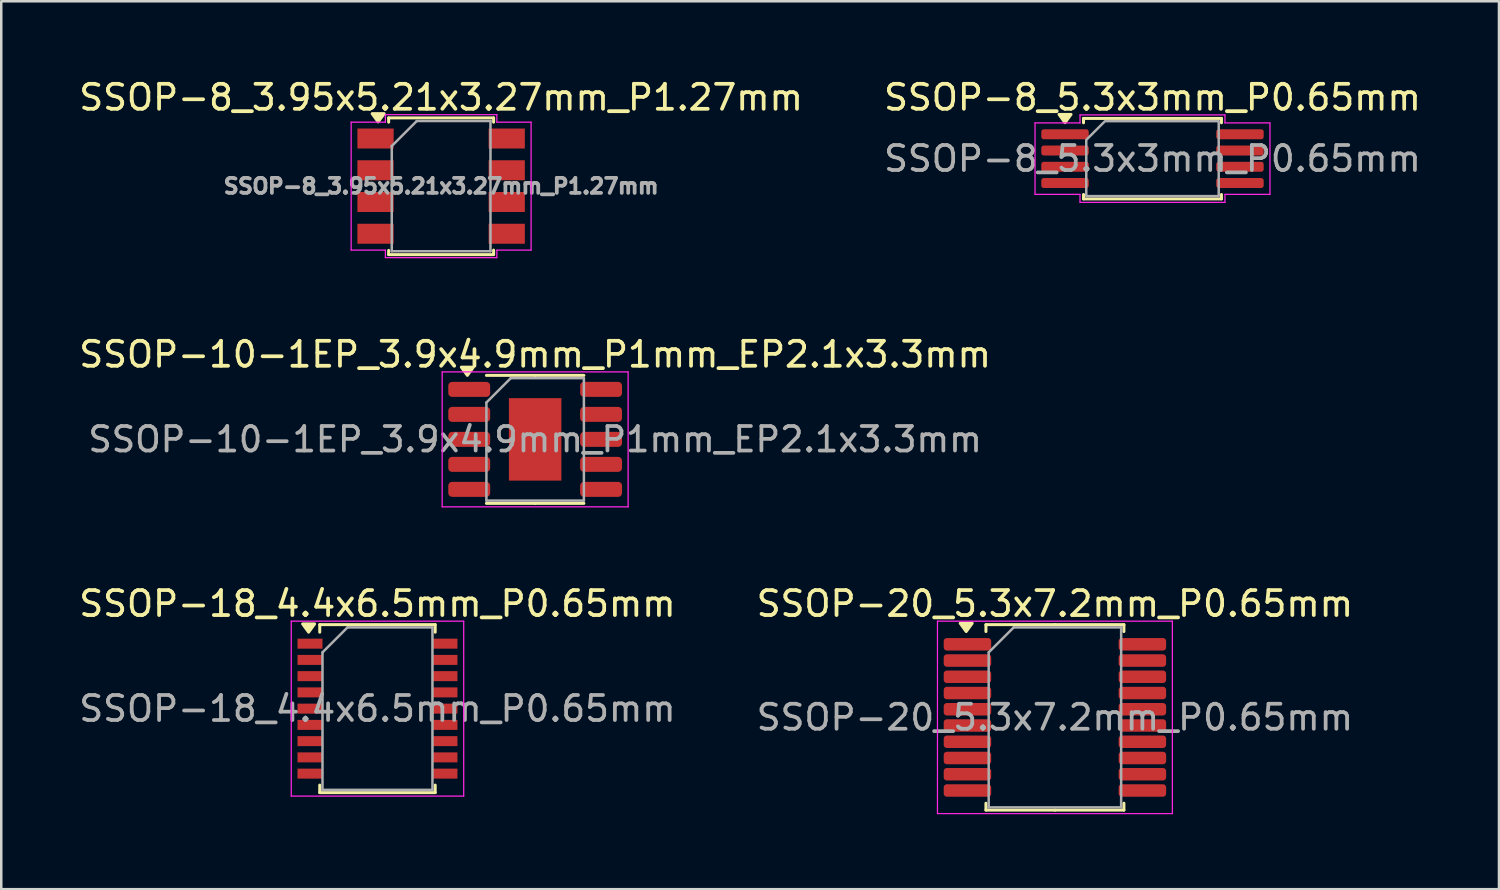
<source format=kicad_pcb>
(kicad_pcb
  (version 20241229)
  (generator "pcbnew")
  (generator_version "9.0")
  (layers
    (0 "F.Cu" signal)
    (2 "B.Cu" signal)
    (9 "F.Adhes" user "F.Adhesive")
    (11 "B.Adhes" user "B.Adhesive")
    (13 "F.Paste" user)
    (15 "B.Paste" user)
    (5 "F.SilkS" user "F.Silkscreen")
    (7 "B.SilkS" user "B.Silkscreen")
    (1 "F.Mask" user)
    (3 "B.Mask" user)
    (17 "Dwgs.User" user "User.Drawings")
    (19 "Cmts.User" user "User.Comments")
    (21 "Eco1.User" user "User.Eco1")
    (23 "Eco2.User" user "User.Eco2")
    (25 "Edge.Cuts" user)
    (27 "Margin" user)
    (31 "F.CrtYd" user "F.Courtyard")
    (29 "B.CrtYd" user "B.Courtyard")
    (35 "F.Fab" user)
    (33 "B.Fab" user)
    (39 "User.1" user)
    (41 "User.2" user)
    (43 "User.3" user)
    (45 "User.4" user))
  (footprint "SSOP-20_5.3x7.2mm_P0.65mm"
    (layer "F.Cu")
    (at 39.161 25.655)
    (property "Reference" "SSOP-20_5.3x7.2mm_P0.65mm" (at 0 -4.55 0) (layer "F.SilkS") (effects (font (size 1 1) (thickness 0.15))))
    (attr smd)
    (fp_line (start -2.76 -3.71) (end -2.76 -3.435) (stroke (width 0.12) (type solid)) (layer "F.SilkS"))
    (fp_line (start -2.76 3.71) (end -2.76 3.435) (stroke (width 0.12) (type solid)) (layer "F.SilkS"))
    (fp_line (start 0 -3.71) (end -2.76 -3.71) (stroke (width 0.12) (type solid)) (layer "F.SilkS"))
    (fp_line (start 0 -3.71) (end 2.76 -3.71) (stroke (width 0.12) (type solid)) (layer "F.SilkS"))
    (fp_line (start 0 3.71) (end -2.76 3.71) (stroke (width 0.12) (type solid)) (layer "F.SilkS"))
    (fp_line (start 0 3.71) (end 2.76 3.71) (stroke (width 0.12) (type solid)) (layer "F.SilkS"))
    (fp_line (start 2.76 -3.71) (end 2.76 -3.435) (stroke (width 0.12) (type solid)) (layer "F.SilkS"))
    (fp_line (start 2.76 3.71) (end 2.76 3.435) (stroke (width 0.12) (type solid)) (layer "F.SilkS"))
    (fp_poly (pts (xy -3.55 -3.435) (xy -3.79 -3.765) (xy -3.31 -3.765) (xy -3.55 -3.435)) (stroke (width 0.12) (type solid)) (fill yes) (layer "F.SilkS"))
    (fp_line (start -4.7 -3.85) (end -4.7 3.85) (stroke (width 0.05) (type solid)) (layer "F.CrtYd"))
    (fp_line (start -4.7 3.85) (end 4.7 3.85) (stroke (width 0.05) (type solid)) (layer "F.CrtYd"))
    (fp_line (start 4.7 -3.85) (end -4.7 -3.85) (stroke (width 0.05) (type solid)) (layer "F.CrtYd"))
    (fp_line (start 4.7 3.85) (end 4.7 -3.85) (stroke (width 0.05) (type solid)) (layer "F.CrtYd"))
    (fp_line (start -2.65 -2.6) (end -1.65 -3.6) (stroke (width 0.1) (type solid)) (layer "F.Fab"))
    (fp_line (start -2.65 3.6) (end -2.65 -2.6) (stroke (width 0.1) (type solid)) (layer "F.Fab"))
    (fp_line (start -1.65 -3.6) (end 2.65 -3.6) (stroke (width 0.1) (type solid)) (layer "F.Fab"))
    (fp_line (start 2.65 -3.6) (end 2.65 3.6) (stroke (width 0.1) (type solid)) (layer "F.Fab"))
    (fp_line (start 2.65 3.6) (end -2.65 3.6) (stroke (width 0.1) (type solid)) (layer "F.Fab"))
    (fp_text user "${REFERENCE}" (at 0 0 0) (layer "F.Fab") (effects (font (size 1 1) (thickness 0.15))))
    (pad "1" smd roundrect (at -3.5 -2.925) (size 1.9 0.5) (layers "F.Cu" "F.Mask" "F.Paste") (roundrect_rratio 0.25))
    (pad "2" smd roundrect (at -3.5 -2.275) (size 1.9 0.5) (layers "F.Cu" "F.Mask" "F.Paste") (roundrect_rratio 0.25))
    (pad "3" smd roundrect (at -3.5 -1.625) (size 1.9 0.5) (layers "F.Cu" "F.Mask" "F.Paste") (roundrect_rratio 0.25))
    (pad "4" smd roundrect (at -3.5 -0.975) (size 1.9 0.5) (layers "F.Cu" "F.Mask" "F.Paste") (roundrect_rratio 0.25))
    (pad "5" smd roundrect (at -3.5 -0.325) (size 1.9 0.5) (layers "F.Cu" "F.Mask" "F.Paste") (roundrect_rratio 0.25))
    (pad "6" smd roundrect (at -3.5 0.325) (size 1.9 0.5) (layers "F.Cu" "F.Mask" "F.Paste") (roundrect_rratio 0.25))
    (pad "7" smd roundrect (at -3.5 0.975) (size 1.9 0.5) (layers "F.Cu" "F.Mask" "F.Paste") (roundrect_rratio 0.25))
    (pad "8" smd roundrect (at -3.5 1.625) (size 1.9 0.5) (layers "F.Cu" "F.Mask" "F.Paste") (roundrect_rratio 0.25))
    (pad "9" smd roundrect (at -3.5 2.275) (size 1.9 0.5) (layers "F.Cu" "F.Mask" "F.Paste") (roundrect_rratio 0.25))
    (pad "10" smd roundrect (at -3.5 2.925) (size 1.9 0.5) (layers "F.Cu" "F.Mask" "F.Paste") (roundrect_rratio 0.25))
    (pad "11" smd roundrect (at 3.5 2.925) (size 1.9 0.5) (layers "F.Cu" "F.Mask" "F.Paste") (roundrect_rratio 0.25))
    (pad "12" smd roundrect (at 3.5 2.275) (size 1.9 0.5) (layers "F.Cu" "F.Mask" "F.Paste") (roundrect_rratio 0.25))
    (pad "13" smd roundrect (at 3.5 1.625) (size 1.9 0.5) (layers "F.Cu" "F.Mask" "F.Paste") (roundrect_rratio 0.25))
    (pad "14" smd roundrect (at 3.5 0.975) (size 1.9 0.5) (layers "F.Cu" "F.Mask" "F.Paste") (roundrect_rratio 0.25))
    (pad "15" smd roundrect (at 3.5 0.325) (size 1.9 0.5) (layers "F.Cu" "F.Mask" "F.Paste") (roundrect_rratio 0.25))
    (pad "16" smd roundrect (at 3.5 -0.325) (size 1.9 0.5) (layers "F.Cu" "F.Mask" "F.Paste") (roundrect_rratio 0.25))
    (pad "17" smd roundrect (at 3.5 -0.975) (size 1.9 0.5) (layers "F.Cu" "F.Mask" "F.Paste") (roundrect_rratio 0.25))
    (pad "18" smd roundrect (at 3.5 -1.625) (size 1.9 0.5) (layers "F.Cu" "F.Mask" "F.Paste") (roundrect_rratio 0.25))
    (pad "19" smd roundrect (at 3.5 -2.275) (size 1.9 0.5) (layers "F.Cu" "F.Mask" "F.Paste") (roundrect_rratio 0.25))
    (pad "20" smd roundrect (at 3.5 -2.925) (size 1.9 0.5) (layers "F.Cu" "F.Mask" "F.Paste") (roundrect_rratio 0.25)))
  (footprint "SSOP-18_4.4x6.5mm_P0.65mm"
    (layer "F.Cu")
    (at 12.054 25.305)
    (property "Reference" "SSOP-18_4.4x6.5mm_P0.65mm" (at 0 -4.2 0) (layer "F.SilkS") (effects (font (size 1 1) (thickness 0.15))))
    (attr smd)
    (fp_line (start -2.31 -3.36) (end 2.31 -3.36) (stroke (width 0.12) (type solid)) (layer "F.SilkS"))
    (fp_line (start -2.31 -3.06) (end -2.31 -3.36) (stroke (width 0.12) (type solid)) (layer "F.SilkS"))
    (fp_line (start -2.31 3.06) (end -2.31 3.36) (stroke (width 0.12) (type solid)) (layer "F.SilkS"))
    (fp_line (start -2.31 3.36) (end 2.31 3.36) (stroke (width 0.12) (type solid)) (layer "F.SilkS"))
    (fp_line (start 2.31 -3.36) (end 2.31 -3.06) (stroke (width 0.12) (type solid)) (layer "F.SilkS"))
    (fp_line (start 2.31 3.36) (end 2.31 3.06) (stroke (width 0.12) (type solid)) (layer "F.SilkS"))
    (fp_poly (pts (xy -2.755 -3.06) (xy -2.995 -3.39) (xy -2.515 -3.39) (xy -2.755 -3.06)) (stroke (width 0.12) (type solid)) (fill yes) (layer "F.SilkS"))
    (fp_line (start -3.45 -3.5) (end 3.45 -3.5) (stroke (width 0.05) (type solid)) (layer "F.CrtYd"))
    (fp_line (start -3.45 3.5) (end -3.45 -3.5) (stroke (width 0.05) (type solid)) (layer "F.CrtYd"))
    (fp_line (start 3.45 -3.5) (end 3.45 3.5) (stroke (width 0.05) (type solid)) (layer "F.CrtYd"))
    (fp_line (start 3.45 3.5) (end -3.45 3.5) (stroke (width 0.05) (type solid)) (layer "F.CrtYd"))
    (fp_line (start -2.2 -2.25) (end -1.2 -3.25) (stroke (width 0.1) (type solid)) (layer "F.Fab"))
    (fp_line (start -2.2 3.25) (end -2.2 -2.25) (stroke (width 0.1) (type solid)) (layer "F.Fab"))
    (fp_line (start -1.2 -3.25) (end 2.2 -3.25) (stroke (width 0.1) (type solid)) (layer "F.Fab"))
    (fp_line (start 2.2 -3.25) (end 2.2 3.25) (stroke (width 0.1) (type solid)) (layer "F.Fab"))
    (fp_line (start 2.2 3.25) (end -2.2 3.25) (stroke (width 0.1) (type solid)) (layer "F.Fab"))
    (fp_text user "${REFERENCE}" (at 0 0 0) (layer "F.Fab") (effects (font (size 1 1) (thickness 0.15))))
    (pad "1" smd rect (at -2.7 -2.6) (size 1 0.4) (layers "F.Cu" "F.Mask" "F.Paste"))
    (pad "2" smd rect (at -2.7 -1.95) (size 1 0.4) (layers "F.Cu" "F.Mask" "F.Paste"))
    (pad "3" smd rect (at -2.7 -1.3) (size 1 0.4) (layers "F.Cu" "F.Mask" "F.Paste"))
    (pad "4" smd rect (at -2.7 -0.65) (size 1 0.4) (layers "F.Cu" "F.Mask" "F.Paste"))
    (pad "5" smd rect (at -2.7 0) (size 1 0.4) (layers "F.Cu" "F.Mask" "F.Paste"))
    (pad "6" smd rect (at -2.7 0.65) (size 1 0.4) (layers "F.Cu" "F.Mask" "F.Paste"))
    (pad "7" smd rect (at -2.7 1.3) (size 1 0.4) (layers "F.Cu" "F.Mask" "F.Paste"))
    (pad "8" smd rect (at -2.7 1.95) (size 1 0.4) (layers "F.Cu" "F.Mask" "F.Paste"))
    (pad "9" smd rect (at -2.7 2.6) (size 1 0.4) (layers "F.Cu" "F.Mask" "F.Paste"))
    (pad "10" smd rect (at 2.7 2.6) (size 1 0.4) (layers "F.Cu" "F.Mask" "F.Paste"))
    (pad "11" smd rect (at 2.7 1.95) (size 1 0.4) (layers "F.Cu" "F.Mask" "F.Paste"))
    (pad "12" smd rect (at 2.7 1.3) (size 1 0.4) (layers "F.Cu" "F.Mask" "F.Paste"))
    (pad "13" smd rect (at 2.7 0.65) (size 1 0.4) (layers "F.Cu" "F.Mask" "F.Paste"))
    (pad "14" smd rect (at 2.7 0) (size 1 0.4) (layers "F.Cu" "F.Mask" "F.Paste"))
    (pad "15" smd rect (at 2.7 -0.65) (size 1 0.4) (layers "F.Cu" "F.Mask" "F.Paste"))
    (pad "16" smd rect (at 2.7 -1.3) (size 1 0.4) (layers "F.Cu" "F.Mask" "F.Paste"))
    (pad "17" smd rect (at 2.7 -1.95) (size 1 0.4) (layers "F.Cu" "F.Mask" "F.Paste"))
    (pad "18" smd rect (at 2.7 -2.6) (size 1 0.4) (layers "F.Cu" "F.Mask" "F.Paste")))
  (footprint "SSOP-10-1EP_3.9x4.9mm_P1mm_EP2.1x3.3mm"
    (layer "F.Cu")
    (at 18.363 14.531)
    (property "Reference" "SSOP-10-1EP_3.9x4.9mm_P1mm_EP2.1x3.3mm" (at 0 -3.4 0) (layer "F.SilkS") (effects (font (size 1 1) (thickness 0.15))))
    (attr smd)
    (fp_line (start 0 -2.56) (end -1.95 -2.56) (stroke (width 0.12) (type solid)) (layer "F.SilkS"))
    (fp_line (start 0 -2.56) (end 1.95 -2.56) (stroke (width 0.12) (type solid)) (layer "F.SilkS"))
    (fp_line (start 0 2.56) (end -1.95 2.56) (stroke (width 0.12) (type solid)) (layer "F.SilkS"))
    (fp_line (start 0 2.56) (end 1.95 2.56) (stroke (width 0.12) (type solid)) (layer "F.SilkS"))
    (fp_poly (pts (xy -2.712 -2.56) (xy -2.953 -2.89) (xy -2.473 -2.89) (xy -2.712 -2.56)) (stroke (width 0.12) (type solid)) (fill yes) (layer "F.SilkS"))
    (fp_line (start -3.72 -2.7) (end -3.72 2.7) (stroke (width 0.05) (type solid)) (layer "F.CrtYd"))
    (fp_line (start -3.72 2.7) (end 3.72 2.7) (stroke (width 0.05) (type solid)) (layer "F.CrtYd"))
    (fp_line (start 3.72 -2.7) (end -3.72 -2.7) (stroke (width 0.05) (type solid)) (layer "F.CrtYd"))
    (fp_line (start 3.72 2.7) (end 3.72 -2.7) (stroke (width 0.05) (type solid)) (layer "F.CrtYd"))
    (fp_line (start -1.95 -1.475) (end -0.975 -2.45) (stroke (width 0.1) (type solid)) (layer "F.Fab"))
    (fp_line (start -1.95 2.45) (end -1.95 -1.475) (stroke (width 0.1) (type solid)) (layer "F.Fab"))
    (fp_line (start -0.975 -2.45) (end 1.95 -2.45) (stroke (width 0.1) (type solid)) (layer "F.Fab"))
    (fp_line (start 1.95 -2.45) (end 1.95 2.45) (stroke (width 0.1) (type solid)) (layer "F.Fab"))
    (fp_line (start 1.95 2.45) (end -1.95 2.45) (stroke (width 0.1) (type solid)) (layer "F.Fab"))
    (fp_text user "${REFERENCE}" (at 0 0 0) (layer "F.Fab") (effects (font (size 0.98 0.98) (thickness 0.15))))
    (pad "" smd roundrect (at 0 0) (size 1.69 2.66) (layers "F.Paste") (roundrect_rratio 0.148))
    (pad "1" smd roundrect (at -2.638 -2) (size 1.675 0.6) (layers "F.Cu" "F.Mask" "F.Paste") (roundrect_rratio 0.25))
    (pad "2" smd roundrect (at -2.638 -1) (size 1.675 0.6) (layers "F.Cu" "F.Mask" "F.Paste") (roundrect_rratio 0.25))
    (pad "3" smd roundrect (at -2.638 0) (size 1.675 0.6) (layers "F.Cu" "F.Mask" "F.Paste") (roundrect_rratio 0.25))
    (pad "4" smd roundrect (at -2.638 1) (size 1.675 0.6) (layers "F.Cu" "F.Mask" "F.Paste") (roundrect_rratio 0.25))
    (pad "5" smd roundrect (at -2.638 2) (size 1.675 0.6) (layers "F.Cu" "F.Mask" "F.Paste") (roundrect_rratio 0.25))
    (pad "6" smd roundrect (at 2.638 2) (size 1.675 0.6) (layers "F.Cu" "F.Mask" "F.Paste") (roundrect_rratio 0.25))
    (pad "7" smd roundrect (at 2.638 1) (size 1.675 0.6) (layers "F.Cu" "F.Mask" "F.Paste") (roundrect_rratio 0.25))
    (pad "8" smd roundrect (at 2.638 0) (size 1.675 0.6) (layers "F.Cu" "F.Mask" "F.Paste") (roundrect_rratio 0.25))
    (pad "9" smd roundrect (at 2.638 -1) (size 1.675 0.6) (layers "F.Cu" "F.Mask" "F.Paste") (roundrect_rratio 0.25))
    (pad "10" smd roundrect (at 2.638 -2) (size 1.675 0.6) (layers "F.Cu" "F.Mask" "F.Paste") (roundrect_rratio 0.25))
    (pad "11" smd rect (at 0 0) (size 2.1 3.3) (property pad_prop_heatsink) (layers "F.Cu" "F.Mask")))
  (footprint "SSOP-8_3.95x5.21x3.27mm_P1.27mm"
    (layer "F.Cu")
    (at 14.601 4.398)
    (property "Reference" "SSOP-8_3.95x5.21x3.27mm_P1.27mm" (at 0 -3.55 0) (layer "F.SilkS") (effects (font (size 1 1) (thickness 0.15))))
    (attr smd)
    (fp_line (start -2.1 -2.73) (end -2.1 -2.56) (stroke (width 0.12) (type solid)) (layer "F.SilkS"))
    (fp_line (start -2.1 2.57) (end -2.1 2.74) (stroke (width 0.12) (type solid)) (layer "F.SilkS"))
    (fp_line (start 2.1 -2.73) (end -2.1 -2.73) (stroke (width 0.12) (type solid)) (layer "F.SilkS"))
    (fp_line (start 2.1 -2.73) (end 2.1 -2.56) (stroke (width 0.12) (type solid)) (layer "F.SilkS"))
    (fp_line (start 2.1 2.56) (end 2.1 2.73) (stroke (width 0.12) (type solid)) (layer "F.SilkS"))
    (fp_line (start 2.1 2.74) (end -2.1 2.74) (stroke (width 0.12) (type solid)) (layer "F.SilkS"))
    (fp_poly (pts (xy -2.52 -2.57) (xy -2.76 -2.9) (xy -2.28 -2.9) (xy -2.52 -2.57)) (stroke (width 0.12) (type solid)) (fill yes) (layer "F.SilkS"))
    (fp_line (start -3.6 -2.56) (end -2.23 -2.56) (stroke (width 0.05) (type solid)) (layer "F.CrtYd"))
    (fp_line (start -3.6 2.56) (end -3.6 -2.56) (stroke (width 0.05) (type solid)) (layer "F.CrtYd"))
    (fp_line (start -3.6 2.56) (end -2.23 2.56) (stroke (width 0.05) (type solid)) (layer "F.CrtYd"))
    (fp_line (start -2.23 -2.86) (end 2.23 -2.86) (stroke (width 0.05) (type solid)) (layer "F.CrtYd"))
    (fp_line (start -2.23 -2.56) (end -2.23 -2.86) (stroke (width 0.05) (type solid)) (layer "F.CrtYd"))
    (fp_line (start -2.23 2.86) (end -2.23 2.56) (stroke (width 0.05) (type solid)) (layer "F.CrtYd"))
    (fp_line (start 2.23 -2.56) (end 2.23 -2.86) (stroke (width 0.05) (type solid)) (layer "F.CrtYd"))
    (fp_line (start 2.23 -2.56) (end 3.6 -2.56) (stroke (width 0.05) (type solid)) (layer "F.CrtYd"))
    (fp_line (start 2.23 2.56) (end 3.6 2.56) (stroke (width 0.05) (type solid)) (layer "F.CrtYd"))
    (fp_line (start 2.23 2.86) (end -2.23 2.86) (stroke (width 0.05) (type solid)) (layer "F.CrtYd"))
    (fp_line (start 2.23 2.86) (end 2.23 2.56) (stroke (width 0.05) (type solid)) (layer "F.CrtYd"))
    (fp_line (start 3.6 2.56) (end 3.6 -2.56) (stroke (width 0.05) (type solid)) (layer "F.CrtYd"))
    (fp_line (start -1.975 2.605) (end -1.975 -1.605) (stroke (width 0.1) (type solid)) (layer "F.Fab"))
    (fp_line (start -0.975 -2.605) (end -1.975 -1.605) (stroke (width 0.1) (type solid)) (layer "F.Fab"))
    (fp_line (start -0.975 -2.605) (end 1.975 -2.605) (stroke (width 0.1) (type solid)) (layer "F.Fab"))
    (fp_line (start 1.975 -2.605) (end 1.975 2.605) (stroke (width 0.1) (type solid)) (layer "F.Fab"))
    (fp_line (start 1.975 2.605) (end -1.975 2.605) (stroke (width 0.1) (type solid)) (layer "F.Fab"))
    (fp_text user "${REFERENCE}" (at 0 0 0) (layer "F.Fab") (effects (font (size 0.6 0.6) (thickness 0.15))))
    (pad "1" smd rect (at -2.625 -1.905) (size 1.45 0.8) (layers "F.Cu" "F.Mask" "F.Paste"))
    (pad "2" smd rect (at -2.625 -0.635) (size 1.45 0.8) (layers "F.Cu" "F.Mask" "F.Paste"))
    (pad "3" smd rect (at -2.625 0.635) (size 1.45 0.8) (layers "F.Cu" "F.Mask" "F.Paste"))
    (pad "4" smd rect (at -2.625 1.905) (size 1.45 0.8) (layers "F.Cu" "F.Mask" "F.Paste"))
    (pad "5" smd rect (at 2.625 1.905) (size 1.45 0.8) (layers "F.Cu" "F.Mask" "F.Paste"))
    (pad "6" smd rect (at 2.625 0.635) (size 1.45 0.8) (layers "F.Cu" "F.Mask" "F.Paste"))
    (pad "7" smd rect (at 2.625 -0.635) (size 1.45 0.8) (layers "F.Cu" "F.Mask" "F.Paste"))
    (pad "8" smd rect (at 2.625 -1.905) (size 1.45 0.8) (layers "F.Cu" "F.Mask" "F.Paste")))
  (footprint "SSOP-8_5.3x3mm_P0.65mm"
    (layer "F.Cu")
    (at 43.065 3.298)
    (property "Reference" "SSOP-8_5.3x3mm_P0.65mm" (at 0 -2.45 0) (layer "F.SilkS") (effects (font (size 1 1) (thickness 0.15))))
    (attr smd)
    (fp_line (start -2.76 -1.61) (end 2.76 -1.61) (stroke (width 0.12) (type solid)) (layer "F.SilkS"))
    (fp_line (start -2.76 -1.435) (end -2.76 -1.61) (stroke (width 0.12) (type solid)) (layer "F.SilkS"))
    (fp_line (start -2.76 1.61) (end -2.76 1.435) (stroke (width 0.12) (type solid)) (layer "F.SilkS"))
    (fp_line (start 2.76 -1.61) (end 2.76 -1.435) (stroke (width 0.12) (type solid)) (layer "F.SilkS"))
    (fp_line (start 2.76 1.435) (end 2.76 1.61) (stroke (width 0.12) (type solid)) (layer "F.SilkS"))
    (fp_line (start 2.76 1.61) (end -2.76 1.61) (stroke (width 0.12) (type solid)) (layer "F.SilkS"))
    (fp_poly (pts (xy -3.5 -1.44) (xy -3.74 -1.77) (xy -3.26 -1.77)) (stroke (width 0.12) (type solid)) (fill yes) (layer "F.SilkS"))
    (fp_line (start -4.7 -1.43) (end -2.9 -1.43) (stroke (width 0.05) (type solid)) (layer "F.CrtYd"))
    (fp_line (start -4.7 1.43) (end -4.7 -1.43) (stroke (width 0.05) (type solid)) (layer "F.CrtYd"))
    (fp_line (start -2.9 -1.75) (end 2.9 -1.75) (stroke (width 0.05) (type solid)) (layer "F.CrtYd"))
    (fp_line (start -2.9 -1.43) (end -2.9 -1.75) (stroke (width 0.05) (type solid)) (layer "F.CrtYd"))
    (fp_line (start -2.9 1.43) (end -4.7 1.43) (stroke (width 0.05) (type solid)) (layer "F.CrtYd"))
    (fp_line (start -2.9 1.75) (end -2.9 1.43) (stroke (width 0.05) (type solid)) (layer "F.CrtYd"))
    (fp_line (start 2.9 -1.75) (end 2.9 -1.43) (stroke (width 0.05) (type solid)) (layer "F.CrtYd"))
    (fp_line (start 2.9 -1.43) (end 4.7 -1.43) (stroke (width 0.05) (type solid)) (layer "F.CrtYd"))
    (fp_line (start 2.9 1.43) (end 2.9 1.75) (stroke (width 0.05) (type solid)) (layer "F.CrtYd"))
    (fp_line (start 2.9 1.75) (end -2.9 1.75) (stroke (width 0.05) (type solid)) (layer "F.CrtYd"))
    (fp_line (start 4.7 -1.43) (end 4.7 1.43) (stroke (width 0.05) (type solid)) (layer "F.CrtYd"))
    (fp_line (start 4.7 1.43) (end 2.9 1.43) (stroke (width 0.05) (type solid)) (layer "F.CrtYd"))
    (fp_poly (pts (xy -1.9 -1.5) (xy 2.65 -1.5) (xy 2.65 1.5) (xy -2.65 1.5) (xy -2.65 -0.75)) (stroke (width 0.1) (type solid)) (fill no) (layer "F.Fab"))
    (fp_text user "${REFERENCE}" (at 0 0 0) (layer "F.Fab") (effects (font (size 1 1) (thickness 0.15))))
    (pad "1" smd roundrect (at -3.5 -0.975) (size 1.9 0.4) (layers "F.Cu" "F.Mask" "F.Paste") (roundrect_rratio 0.25))
    (pad "2" smd roundrect (at -3.5 -0.325) (size 1.9 0.4) (layers "F.Cu" "F.Mask" "F.Paste") (roundrect_rratio 0.25))
    (pad "3" smd roundrect (at -3.5 0.325) (size 1.9 0.4) (layers "F.Cu" "F.Mask" "F.Paste") (roundrect_rratio 0.25))
    (pad "4" smd roundrect (at -3.5 0.975) (size 1.9 0.4) (layers "F.Cu" "F.Mask" "F.Paste") (roundrect_rratio 0.25))
    (pad "5" smd roundrect (at 3.5 0.975) (size 1.9 0.4) (layers "F.Cu" "F.Mask" "F.Paste") (roundrect_rratio 0.25))
    (pad "6" smd roundrect (at 3.5 0.325) (size 1.9 0.4) (layers "F.Cu" "F.Mask" "F.Paste") (roundrect_rratio 0.25))
    (pad "7" smd roundrect (at 3.5 -0.325) (size 1.9 0.4) (layers "F.Cu" "F.Mask" "F.Paste") (roundrect_rratio 0.25))
    (pad "8" smd roundrect (at 3.5 -0.975) (size 1.9 0.4) (layers "F.Cu" "F.Mask" "F.Paste") (roundrect_rratio 0.25)))
  (gr_rect
    (start -3 -3)
    (end 56.929 32.53)
    (stroke (width 0.1) (type default))
    (fill no)
    (layer "Edge.Cuts")))
</source>
